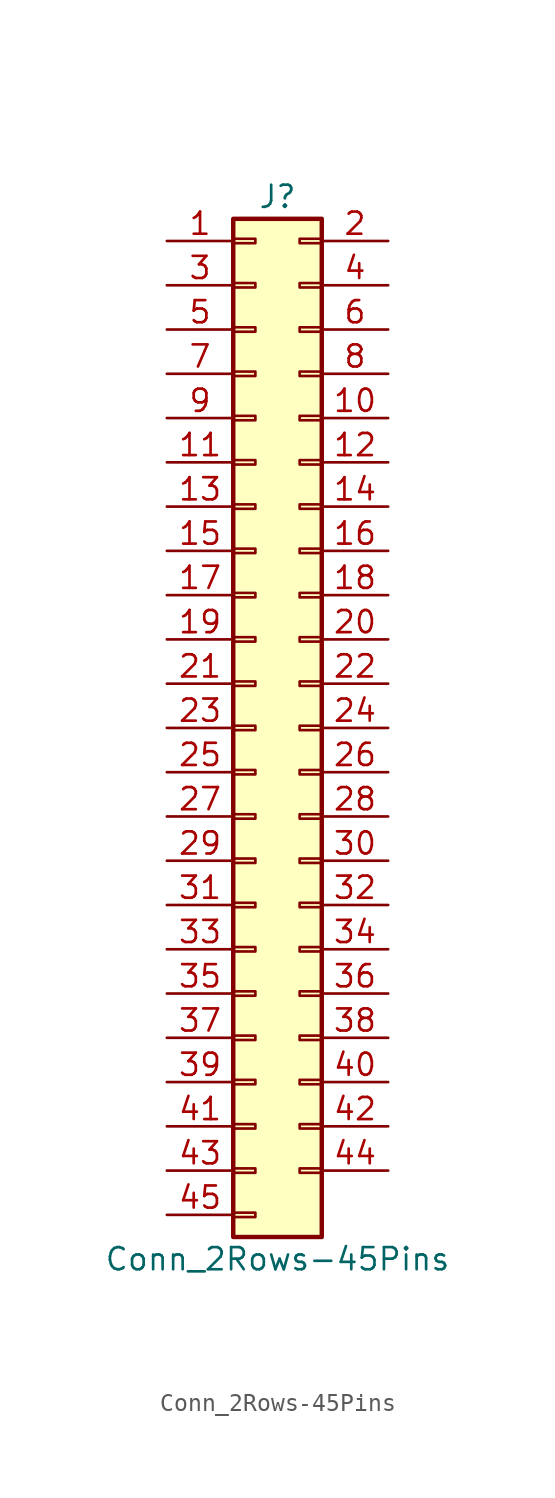
<source format=kicad_sym>
(kicad_symbol_lib
  (version 20211014)
  (generator kicad_symbol_editor)
  (symbol "Conn_2Rows-45Pins"
    (pin_names
      (offset 1.016) hide)
    (property "Reference" "J"
      (at 1.27 30.48 0)
      (effects (font (size 1.27 1.27))))
    (property "Value" "Conn_2Rows-45Pins"
      (at 1.27 -30.48 0)
      (effects (font (size 1.27 1.27))))
    (symbol "Conn_2Rows-45Pins_1_1"
      (rectangle (start -1.27 -27.813) (end 0 -28.067) (stroke (width 0.152) (type default) (color 0 0 0 0)) (fill (type none)))
      (rectangle (start -1.27 -25.273) (end 0 -25.527) (stroke (width 0.152) (type default) (color 0 0 0 0)) (fill (type none)))
      (rectangle (start -1.27 -22.733) (end 0 -22.987) (stroke (width 0.152) (type default) (color 0 0 0 0)) (fill (type none)))
      (rectangle (start -1.27 -20.193) (end 0 -20.447) (stroke (width 0.152) (type default) (color 0 0 0 0)) (fill (type none)))
      (rectangle (start -1.27 -17.653) (end 0 -17.907) (stroke (width 0.152) (type default) (color 0 0 0 0)) (fill (type none)))
      (rectangle (start -1.27 -15.113) (end 0 -15.367) (stroke (width 0.152) (type default) (color 0 0 0 0)) (fill (type none)))
      (rectangle (start -1.27 -12.573) (end 0 -12.827) (stroke (width 0.152) (type default) (color 0 0 0 0)) (fill (type none)))
      (rectangle (start -1.27 -10.033) (end 0 -10.287) (stroke (width 0.152) (type default) (color 0 0 0 0)) (fill (type none)))
      (rectangle (start -1.27 -7.493) (end 0 -7.747) (stroke (width 0.152) (type default) (color 0 0 0 0)) (fill (type none)))
      (rectangle (start -1.27 -4.953) (end 0 -5.207) (stroke (width 0.152) (type default) (color 0 0 0 0)) (fill (type none)))
      (rectangle (start -1.27 -2.413) (end 0 -2.667) (stroke (width 0.152) (type default) (color 0 0 0 0)) (fill (type none)))
      (rectangle (start -1.27 0.127) (end 0 -0.127) (stroke (width 0.152) (type default) (color 0 0 0 0)) (fill (type none)))
      (rectangle (start -1.27 2.667) (end 0 2.413) (stroke (width 0.152) (type default) (color 0 0 0 0)) (fill (type none)))
      (rectangle (start -1.27 5.207) (end 0 4.953) (stroke (width 0.152) (type default) (color 0 0 0 0)) (fill (type none)))
      (rectangle (start -1.27 7.747) (end 0 7.493) (stroke (width 0.152) (type default) (color 0 0 0 0)) (fill (type none)))
      (rectangle (start -1.27 10.287) (end 0 10.033) (stroke (width 0.152) (type default) (color 0 0 0 0)) (fill (type none)))
      (rectangle (start -1.27 12.827) (end 0 12.573) (stroke (width 0.152) (type default) (color 0 0 0 0)) (fill (type none)))
      (rectangle (start -1.27 15.367) (end 0 15.113) (stroke (width 0.152) (type default) (color 0 0 0 0)) (fill (type none)))
      (rectangle (start -1.27 17.907) (end 0 17.653) (stroke (width 0.152) (type default) (color 0 0 0 0)) (fill (type none)))
      (rectangle (start -1.27 20.447) (end 0 20.193) (stroke (width 0.152) (type default) (color 0 0 0 0)) (fill (type none)))
      (rectangle (start -1.27 22.987) (end 0 22.733) (stroke (width 0.152) (type default) (color 0 0 0 0)) (fill (type none)))
      (rectangle (start -1.27 25.527) (end 0 25.273) (stroke (width 0.152) (type default) (color 0 0 0 0)) (fill (type none)))
      (rectangle (start -1.27 28.067) (end 0 27.813) (stroke (width 0.152) (type default) (color 0 0 0 0)) (fill (type none)))
      (rectangle (start -1.27 29.21) (end 3.81 -29.21) (stroke (width 0.254) (type default) (color 0 0 0 0)) (fill (type background)))
      (rectangle (start 3.81 -25.273) (end 2.54 -25.527) (stroke (width 0.152) (type default) (color 0 0 0 0)) (fill (type none)))
      (rectangle (start 3.81 -22.733) (end 2.54 -22.987) (stroke (width 0.152) (type default) (color 0 0 0 0)) (fill (type none)))
      (rectangle (start 3.81 -20.193) (end 2.54 -20.447) (stroke (width 0.152) (type default) (color 0 0 0 0)) (fill (type none)))
      (rectangle (start 3.81 -17.653) (end 2.54 -17.907) (stroke (width 0.152) (type default) (color 0 0 0 0)) (fill (type none)))
      (rectangle (start 3.81 -15.113) (end 2.54 -15.367) (stroke (width 0.152) (type default) (color 0 0 0 0)) (fill (type none)))
      (rectangle (start 3.81 -12.573) (end 2.54 -12.827) (stroke (width 0.152) (type default) (color 0 0 0 0)) (fill (type none)))
      (rectangle (start 3.81 -10.033) (end 2.54 -10.287) (stroke (width 0.152) (type default) (color 0 0 0 0)) (fill (type none)))
      (rectangle (start 3.81 -7.493) (end 2.54 -7.747) (stroke (width 0.152) (type default) (color 0 0 0 0)) (fill (type none)))
      (rectangle (start 3.81 -4.953) (end 2.54 -5.207) (stroke (width 0.152) (type default) (color 0 0 0 0)) (fill (type none)))
      (rectangle (start 3.81 -2.413) (end 2.54 -2.667) (stroke (width 0.152) (type default) (color 0 0 0 0)) (fill (type none)))
      (rectangle (start 3.81 0.127) (end 2.54 -0.127) (stroke (width 0.152) (type default) (color 0 0 0 0)) (fill (type none)))
      (rectangle (start 3.81 2.667) (end 2.54 2.413) (stroke (width 0.152) (type default) (color 0 0 0 0)) (fill (type none)))
      (rectangle (start 3.81 5.207) (end 2.54 4.953) (stroke (width 0.152) (type default) (color 0 0 0 0)) (fill (type none)))
      (rectangle (start 3.81 7.747) (end 2.54 7.493) (stroke (width 0.152) (type default) (color 0 0 0 0)) (fill (type none)))
      (rectangle (start 3.81 10.287) (end 2.54 10.033) (stroke (width 0.152) (type default) (color 0 0 0 0)) (fill (type none)))
      (rectangle (start 3.81 12.827) (end 2.54 12.573) (stroke (width 0.152) (type default) (color 0 0 0 0)) (fill (type none)))
      (rectangle (start 3.81 15.367) (end 2.54 15.113) (stroke (width 0.152) (type default) (color 0 0 0 0)) (fill (type none)))
      (rectangle (start 3.81 17.907) (end 2.54 17.653) (stroke (width 0.152) (type default) (color 0 0 0 0)) (fill (type none)))
      (rectangle (start 3.81 20.447) (end 2.54 20.193) (stroke (width 0.152) (type default) (color 0 0 0 0)) (fill (type none)))
      (rectangle (start 3.81 22.987) (end 2.54 22.733) (stroke (width 0.152) (type default) (color 0 0 0 0)) (fill (type none)))
      (rectangle (start 3.81 25.527) (end 2.54 25.273) (stroke (width 0.152) (type default) (color 0 0 0 0)) (fill (type none)))
      (rectangle (start 3.81 28.067) (end 2.54 27.813) (stroke (width 0.152) (type default) (color 0 0 0 0)) (fill (type none)))
      (pin passive line (at -5.08 27.94 0) (length 3.81) (name "Pin_1" (effects (font (size 1.27 1.27)))) (number "1" (effects (font (size 1.27 1.27)))))
      (pin passive line (at 7.62 17.78 180) (length 3.81) (name "Pin_10" (effects (font (size 1.27 1.27)))) (number "10" (effects (font (size 1.27 1.27)))))
      (pin passive line (at -5.08 15.24 0) (length 3.81) (name "Pin_11" (effects (font (size 1.27 1.27)))) (number "11" (effects (font (size 1.27 1.27)))))
      (pin passive line (at 7.62 15.24 180) (length 3.81) (name "Pin_12" (effects (font (size 1.27 1.27)))) (number "12" (effects (font (size 1.27 1.27)))))
      (pin passive line (at -5.08 12.7 0) (length 3.81) (name "Pin_13" (effects (font (size 1.27 1.27)))) (number "13" (effects (font (size 1.27 1.27)))))
      (pin passive line (at 7.62 12.7 180) (length 3.81) (name "Pin_14" (effects (font (size 1.27 1.27)))) (number "14" (effects (font (size 1.27 1.27)))))
      (pin passive line (at -5.08 10.16 0) (length 3.81) (name "Pin_15" (effects (font (size 1.27 1.27)))) (number "15" (effects (font (size 1.27 1.27)))))
      (pin passive line (at 7.62 10.16 180) (length 3.81) (name "Pin_16" (effects (font (size 1.27 1.27)))) (number "16" (effects (font (size 1.27 1.27)))))
      (pin passive line (at -5.08 7.62 0) (length 3.81) (name "Pin_17" (effects (font (size 1.27 1.27)))) (number "17" (effects (font (size 1.27 1.27)))))
      (pin passive line (at 7.62 7.62 180) (length 3.81) (name "Pin_18" (effects (font (size 1.27 1.27)))) (number "18" (effects (font (size 1.27 1.27)))))
      (pin passive line (at -5.08 5.08 0) (length 3.81) (name "Pin_19" (effects (font (size 1.27 1.27)))) (number "19" (effects (font (size 1.27 1.27)))))
      (pin passive line (at 7.62 27.94 180) (length 3.81) (name "Pin_2" (effects (font (size 1.27 1.27)))) (number "2" (effects (font (size 1.27 1.27)))))
      (pin passive line (at 7.62 5.08 180) (length 3.81) (name "Pin_20" (effects (font (size 1.27 1.27)))) (number "20" (effects (font (size 1.27 1.27)))))
      (pin passive line (at -5.08 2.54 0) (length 3.81) (name "Pin_21" (effects (font (size 1.27 1.27)))) (number "21" (effects (font (size 1.27 1.27)))))
      (pin passive line (at 7.62 2.54 180) (length 3.81) (name "Pin_22" (effects (font (size 1.27 1.27)))) (number "22" (effects (font (size 1.27 1.27)))))
      (pin passive line (at -5.08 0 0) (length 3.81) (name "Pin_23" (effects (font (size 1.27 1.27)))) (number "23" (effects (font (size 1.27 1.27)))))
      (pin passive line (at 7.62 0 180) (length 3.81) (name "Pin_24" (effects (font (size 1.27 1.27)))) (number "24" (effects (font (size 1.27 1.27)))))
      (pin passive line (at -5.08 -2.54 0) (length 3.81) (name "Pin_25" (effects (font (size 1.27 1.27)))) (number "25" (effects (font (size 1.27 1.27)))))
      (pin passive line (at 7.62 -2.54 180) (length 3.81) (name "Pin_26" (effects (font (size 1.27 1.27)))) (number "26" (effects (font (size 1.27 1.27)))))
      (pin passive line (at -5.08 -5.08 0) (length 3.81) (name "Pin_27" (effects (font (size 1.27 1.27)))) (number "27" (effects (font (size 1.27 1.27)))))
      (pin passive line (at 7.62 -5.08 180) (length 3.81) (name "Pin_28" (effects (font (size 1.27 1.27)))) (number "28" (effects (font (size 1.27 1.27)))))
      (pin passive line (at -5.08 -7.62 0) (length 3.81) (name "Pin_29" (effects (font (size 1.27 1.27)))) (number "29" (effects (font (size 1.27 1.27)))))
      (pin passive line (at -5.08 25.4 0) (length 3.81) (name "Pin_3" (effects (font (size 1.27 1.27)))) (number "3" (effects (font (size 1.27 1.27)))))
      (pin passive line (at 7.62 -7.62 180) (length 3.81) (name "Pin_30" (effects (font (size 1.27 1.27)))) (number "30" (effects (font (size 1.27 1.27)))))
      (pin passive line (at -5.08 -10.16 0) (length 3.81) (name "Pin_31" (effects (font (size 1.27 1.27)))) (number "31" (effects (font (size 1.27 1.27)))))
      (pin passive line (at 7.62 -10.16 180) (length 3.81) (name "Pin_32" (effects (font (size 1.27 1.27)))) (number "32" (effects (font (size 1.27 1.27)))))
      (pin passive line (at -5.08 -12.7 0) (length 3.81) (name "Pin_33" (effects (font (size 1.27 1.27)))) (number "33" (effects (font (size 1.27 1.27)))))
      (pin passive line (at 7.62 -12.7 180) (length 3.81) (name "Pin_34" (effects (font (size 1.27 1.27)))) (number "34" (effects (font (size 1.27 1.27)))))
      (pin passive line (at -5.08 -15.24 0) (length 3.81) (name "Pin_35" (effects (font (size 1.27 1.27)))) (number "35" (effects (font (size 1.27 1.27)))))
      (pin passive line (at 7.62 -15.24 180) (length 3.81) (name "Pin_36" (effects (font (size 1.27 1.27)))) (number "36" (effects (font (size 1.27 1.27)))))
      (pin passive line (at -5.08 -17.78 0) (length 3.81) (name "Pin_37" (effects (font (size 1.27 1.27)))) (number "37" (effects (font (size 1.27 1.27)))))
      (pin passive line (at 7.62 -17.78 180) (length 3.81) (name "Pin_38" (effects (font (size 1.27 1.27)))) (number "38" (effects (font (size 1.27 1.27)))))
      (pin passive line (at -5.08 -20.32 0) (length 3.81) (name "Pin_39" (effects (font (size 1.27 1.27)))) (number "39" (effects (font (size 1.27 1.27)))))
      (pin passive line (at 7.62 25.4 180) (length 3.81) (name "Pin_4" (effects (font (size 1.27 1.27)))) (number "4" (effects (font (size 1.27 1.27)))))
      (pin passive line (at 7.62 -20.32 180) (length 3.81) (name "Pin_40" (effects (font (size 1.27 1.27)))) (number "40" (effects (font (size 1.27 1.27)))))
      (pin passive line (at -5.08 -22.86 0) (length 3.81) (name "Pin_41" (effects (font (size 1.27 1.27)))) (number "41" (effects (font (size 1.27 1.27)))))
      (pin passive line (at 7.62 -22.86 180) (length 3.81) (name "Pin_42" (effects (font (size 1.27 1.27)))) (number "42" (effects (font (size 1.27 1.27)))))
      (pin passive line (at -5.08 -25.4 0) (length 3.81) (name "Pin_43" (effects (font (size 1.27 1.27)))) (number "43" (effects (font (size 1.27 1.27)))))
      (pin passive line (at 7.62 -25.4 180) (length 3.81) (name "Pin_44" (effects (font (size 1.27 1.27)))) (number "44" (effects (font (size 1.27 1.27)))))
      (pin passive line (at -5.08 -27.94 0) (length 3.81) (name "Pin_45" (effects (font (size 1.27 1.27)))) (number "45" (effects (font (size 1.27 1.27)))))
      (pin passive line (at -5.08 22.86 0) (length 3.81) (name "Pin_5" (effects (font (size 1.27 1.27)))) (number "5" (effects (font (size 1.27 1.27)))))
      (pin passive line (at 7.62 22.86 180) (length 3.81) (name "Pin_6" (effects (font (size 1.27 1.27)))) (number "6" (effects (font (size 1.27 1.27)))))
      (pin passive line (at -5.08 20.32 0) (length 3.81) (name "Pin_7" (effects (font (size 1.27 1.27)))) (number "7" (effects (font (size 1.27 1.27)))))
      (pin passive line (at 7.62 20.32 180) (length 3.81) (name "Pin_8" (effects (font (size 1.27 1.27)))) (number "8" (effects (font (size 1.27 1.27)))))
      (pin passive line (at -5.08 17.78 0) (length 3.81) (name "Pin_9" (effects (font (size 1.27 1.27)))) (number "9" (effects (font (size 1.27 1.27))))))))
</source>
